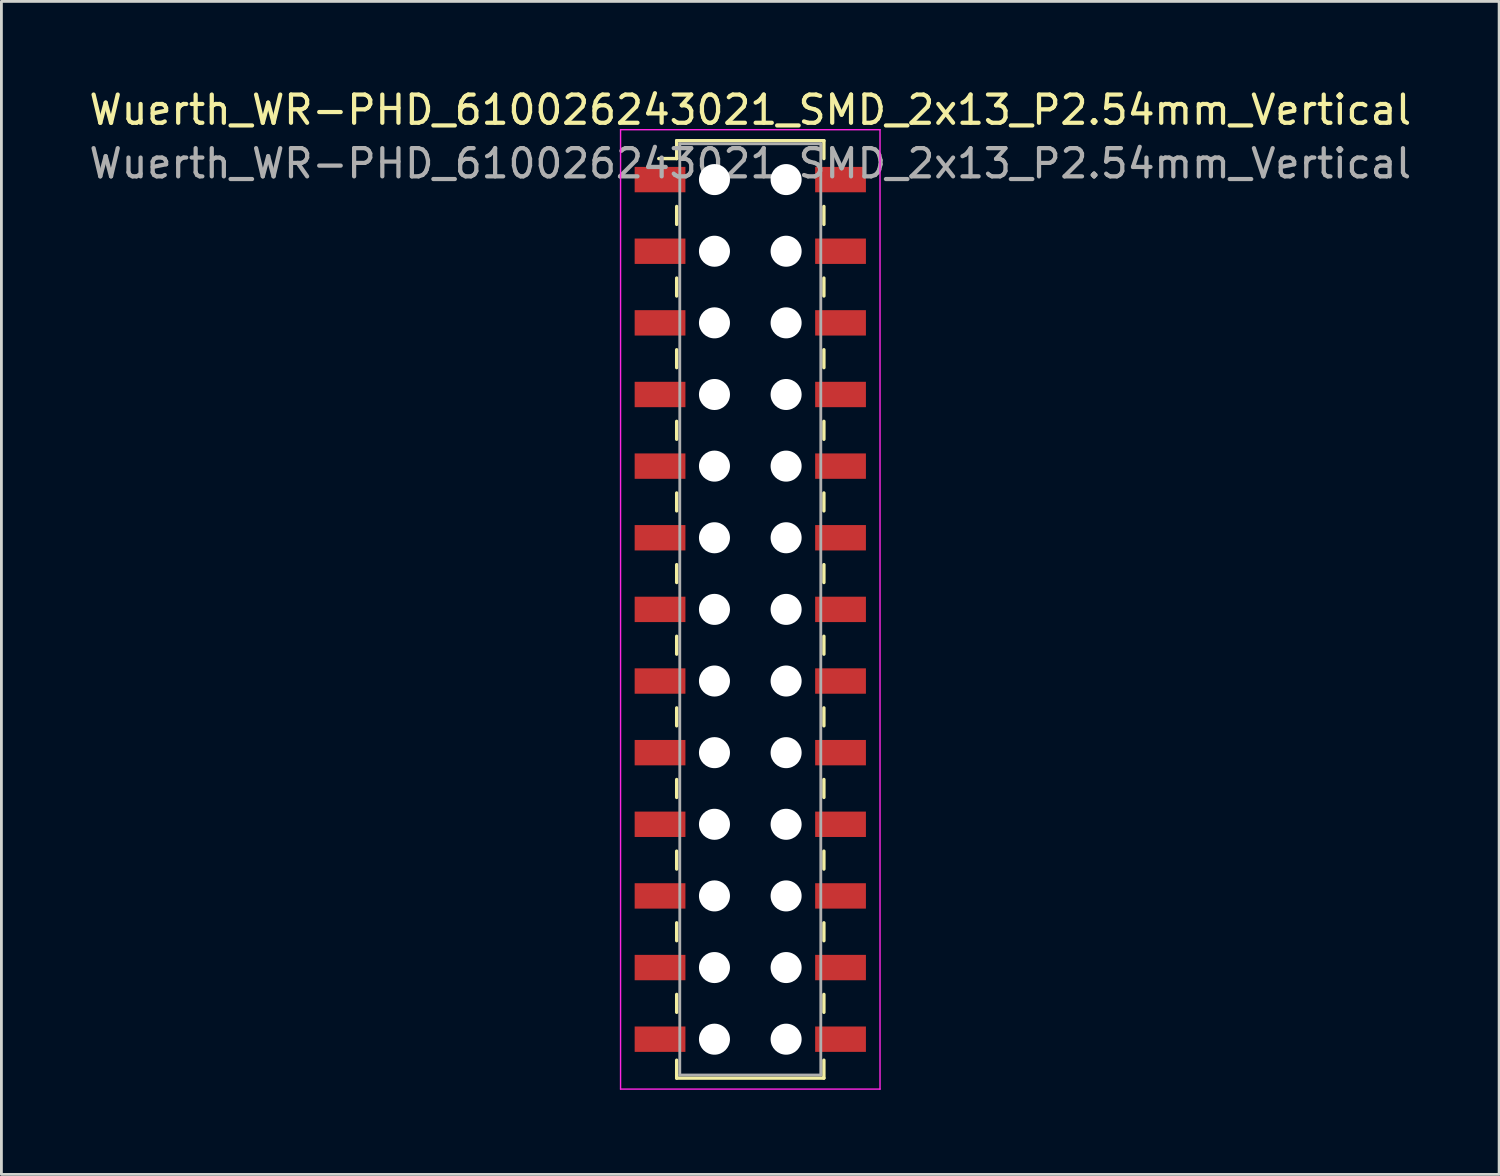
<source format=kicad_pcb>
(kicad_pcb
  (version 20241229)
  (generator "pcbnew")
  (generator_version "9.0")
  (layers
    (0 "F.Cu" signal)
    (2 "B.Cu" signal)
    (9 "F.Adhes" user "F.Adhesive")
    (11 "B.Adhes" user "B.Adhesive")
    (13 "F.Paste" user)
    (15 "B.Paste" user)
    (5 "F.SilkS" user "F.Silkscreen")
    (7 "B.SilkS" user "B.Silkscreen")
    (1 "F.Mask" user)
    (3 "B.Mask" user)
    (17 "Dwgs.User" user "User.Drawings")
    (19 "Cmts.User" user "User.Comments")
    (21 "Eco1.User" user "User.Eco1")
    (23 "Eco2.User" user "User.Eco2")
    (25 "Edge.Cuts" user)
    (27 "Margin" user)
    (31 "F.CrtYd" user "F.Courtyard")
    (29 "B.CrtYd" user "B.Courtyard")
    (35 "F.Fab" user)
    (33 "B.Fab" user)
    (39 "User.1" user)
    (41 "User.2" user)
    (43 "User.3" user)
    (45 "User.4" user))
  (footprint "Wuerth_WR-PHD_610026243021_SMD_2x13_P2.54mm_Vertical"
    (layer "F.Cu")
    (at 23.554 18.558)
    (property "Reference" "Wuerth_WR-PHD_610026243021_SMD_2x13_P2.54mm_Vertical" (at 0 -17.71 0) (layer "F.SilkS") (effects (font (size 1 1) (thickness 0.15))))
    (attr smd)
    (fp_line (start -2.61 -16.62) (end -2.61 -15.985) (stroke (width 0.12) (type solid)) (layer "F.SilkS"))
    (fp_line (start -2.61 -16.62) (end 2.61 -16.62) (stroke (width 0.12) (type solid)) (layer "F.SilkS"))
    (fp_line (start -2.61 -15.985) (end -3.245 -15.985) (stroke (width 0.12) (type solid)) (layer "F.SilkS"))
    (fp_line (start -2.61 -14.287) (end -2.61 -13.652) (stroke (width 0.12) (type solid)) (layer "F.SilkS"))
    (fp_line (start -2.61 -11.748) (end -2.61 -11.113) (stroke (width 0.12) (type solid)) (layer "F.SilkS"))
    (fp_line (start -2.61 -9.207) (end -2.61 -8.572) (stroke (width 0.12) (type solid)) (layer "F.SilkS"))
    (fp_line (start -2.61 -6.668) (end -2.61 -6.032) (stroke (width 0.12) (type solid)) (layer "F.SilkS"))
    (fp_line (start -2.61 -4.128) (end -2.61 -3.493) (stroke (width 0.12) (type solid)) (layer "F.SilkS"))
    (fp_line (start -2.61 -1.587) (end -2.61 -0.953) (stroke (width 0.12) (type solid)) (layer "F.SilkS"))
    (fp_line (start -2.61 0.953) (end -2.61 1.587) (stroke (width 0.12) (type solid)) (layer "F.SilkS"))
    (fp_line (start -2.61 3.493) (end -2.61 4.128) (stroke (width 0.12) (type solid)) (layer "F.SilkS"))
    (fp_line (start -2.61 6.032) (end -2.61 6.668) (stroke (width 0.12) (type solid)) (layer "F.SilkS"))
    (fp_line (start -2.61 8.572) (end -2.61 9.207) (stroke (width 0.12) (type solid)) (layer "F.SilkS"))
    (fp_line (start -2.61 11.113) (end -2.61 11.748) (stroke (width 0.12) (type solid)) (layer "F.SilkS"))
    (fp_line (start -2.61 13.652) (end -2.61 14.287) (stroke (width 0.12) (type solid)) (layer "F.SilkS"))
    (fp_line (start -2.61 16.62) (end -2.61 15.985) (stroke (width 0.12) (type solid)) (layer "F.SilkS"))
    (fp_line (start -2.61 16.62) (end 2.61 16.62) (stroke (width 0.12) (type solid)) (layer "F.SilkS"))
    (fp_line (start 2.61 -16.62) (end 2.61 -15.985) (stroke (width 0.12) (type solid)) (layer "F.SilkS"))
    (fp_line (start 2.61 -14.287) (end 2.61 -13.652) (stroke (width 0.12) (type solid)) (layer "F.SilkS"))
    (fp_line (start 2.61 -11.748) (end 2.61 -11.113) (stroke (width 0.12) (type solid)) (layer "F.SilkS"))
    (fp_line (start 2.61 -9.207) (end 2.61 -8.572) (stroke (width 0.12) (type solid)) (layer "F.SilkS"))
    (fp_line (start 2.61 -6.668) (end 2.61 -6.032) (stroke (width 0.12) (type solid)) (layer "F.SilkS"))
    (fp_line (start 2.61 -4.128) (end 2.61 -3.493) (stroke (width 0.12) (type solid)) (layer "F.SilkS"))
    (fp_line (start 2.61 -1.587) (end 2.61 -0.953) (stroke (width 0.12) (type solid)) (layer "F.SilkS"))
    (fp_line (start 2.61 0.953) (end 2.61 1.587) (stroke (width 0.12) (type solid)) (layer "F.SilkS"))
    (fp_line (start 2.61 3.493) (end 2.61 4.128) (stroke (width 0.12) (type solid)) (layer "F.SilkS"))
    (fp_line (start 2.61 6.032) (end 2.61 6.668) (stroke (width 0.12) (type solid)) (layer "F.SilkS"))
    (fp_line (start 2.61 8.572) (end 2.61 9.207) (stroke (width 0.12) (type solid)) (layer "F.SilkS"))
    (fp_line (start 2.61 11.113) (end 2.61 11.748) (stroke (width 0.12) (type solid)) (layer "F.SilkS"))
    (fp_line (start 2.61 13.652) (end 2.61 14.287) (stroke (width 0.12) (type solid)) (layer "F.SilkS"))
    (fp_line (start 2.61 16.62) (end 2.61 15.985) (stroke (width 0.12) (type solid)) (layer "F.SilkS"))
    (fp_line (start -4.6 -17.01) (end -4.6 17.01) (stroke (width 0.05) (type solid)) (layer "F.CrtYd"))
    (fp_line (start -4.6 17.01) (end 4.6 17.01) (stroke (width 0.05) (type solid)) (layer "F.CrtYd"))
    (fp_line (start 4.6 -17.01) (end -4.6 -17.01) (stroke (width 0.05) (type solid)) (layer "F.CrtYd"))
    (fp_line (start 4.6 17.01) (end 4.6 -17.01) (stroke (width 0.05) (type solid)) (layer "F.CrtYd"))
    (fp_line (start -2.5 -16.51) (end -2.5 16.51) (stroke (width 0.1) (type solid)) (layer "F.Fab"))
    (fp_line (start -2.5 16.51) (end 2.5 16.51) (stroke (width 0.1) (type solid)) (layer "F.Fab"))
    (fp_line (start 2.5 -16.51) (end -2.5 -16.51) (stroke (width 0.1) (type solid)) (layer "F.Fab"))
    (fp_line (start 2.5 16.51) (end 2.5 -16.51) (stroke (width 0.1) (type solid)) (layer "F.Fab"))
    (fp_text user "${REFERENCE}" (at 0 -15.81 0) (layer "F.Fab") (effects (font (size 1 1) (thickness 0.15))))
    (pad "" np_thru_hole circle (at -1.27 -15.24) (size 1.1 1.1) (drill 1.1) (layers "*.Cu" "*.Mask"))
    (pad "" np_thru_hole circle (at -1.27 -12.7) (size 1.1 1.1) (drill 1.1) (layers "*.Cu" "*.Mask"))
    (pad "" np_thru_hole circle (at -1.27 -10.16) (size 1.1 1.1) (drill 1.1) (layers "*.Cu" "*.Mask"))
    (pad "" np_thru_hole circle (at -1.27 -7.62) (size 1.1 1.1) (drill 1.1) (layers "*.Cu" "*.Mask"))
    (pad "" np_thru_hole circle (at -1.27 -5.08) (size 1.1 1.1) (drill 1.1) (layers "*.Cu" "*.Mask"))
    (pad "" np_thru_hole circle (at -1.27 -2.54) (size 1.1 1.1) (drill 1.1) (layers "*.Cu" "*.Mask"))
    (pad "" np_thru_hole circle (at -1.27 0) (size 1.1 1.1) (drill 1.1) (layers "*.Cu" "*.Mask"))
    (pad "" np_thru_hole circle (at -1.27 2.54) (size 1.1 1.1) (drill 1.1) (layers "*.Cu" "*.Mask"))
    (pad "" np_thru_hole circle (at -1.27 5.08) (size 1.1 1.1) (drill 1.1) (layers "*.Cu" "*.Mask"))
    (pad "" np_thru_hole circle (at -1.27 7.62) (size 1.1 1.1) (drill 1.1) (layers "*.Cu" "*.Mask"))
    (pad "" np_thru_hole circle (at -1.27 10.16) (size 1.1 1.1) (drill 1.1) (layers "*.Cu" "*.Mask"))
    (pad "" np_thru_hole circle (at -1.27 12.7) (size 1.1 1.1) (drill 1.1) (layers "*.Cu" "*.Mask"))
    (pad "" np_thru_hole circle (at -1.27 15.24) (size 1.1 1.1) (drill 1.1) (layers "*.Cu" "*.Mask"))
    (pad "" np_thru_hole circle (at 1.27 -15.24) (size 1.1 1.1) (drill 1.1) (layers "*.Cu" "*.Mask"))
    (pad "" np_thru_hole circle (at 1.27 -12.7) (size 1.1 1.1) (drill 1.1) (layers "*.Cu" "*.Mask"))
    (pad "" np_thru_hole circle (at 1.27 -10.16) (size 1.1 1.1) (drill 1.1) (layers "*.Cu" "*.Mask"))
    (pad "" np_thru_hole circle (at 1.27 -7.62) (size 1.1 1.1) (drill 1.1) (layers "*.Cu" "*.Mask"))
    (pad "" np_thru_hole circle (at 1.27 -5.08) (size 1.1 1.1) (drill 1.1) (layers "*.Cu" "*.Mask"))
    (pad "" np_thru_hole circle (at 1.27 -2.54) (size 1.1 1.1) (drill 1.1) (layers "*.Cu" "*.Mask"))
    (pad "" np_thru_hole circle (at 1.27 0) (size 1.1 1.1) (drill 1.1) (layers "*.Cu" "*.Mask"))
    (pad "" np_thru_hole circle (at 1.27 2.54) (size 1.1 1.1) (drill 1.1) (layers "*.Cu" "*.Mask"))
    (pad "" np_thru_hole circle (at 1.27 5.08) (size 1.1 1.1) (drill 1.1) (layers "*.Cu" "*.Mask"))
    (pad "" np_thru_hole circle (at 1.27 7.62) (size 1.1 1.1) (drill 1.1) (layers "*.Cu" "*.Mask"))
    (pad "" np_thru_hole circle (at 1.27 10.16) (size 1.1 1.1) (drill 1.1) (layers "*.Cu" "*.Mask"))
    (pad "" np_thru_hole circle (at 1.27 12.7) (size 1.1 1.1) (drill 1.1) (layers "*.Cu" "*.Mask"))
    (pad "" np_thru_hole circle (at 1.27 15.24) (size 1.1 1.1) (drill 1.1) (layers "*.Cu" "*.Mask"))
    (pad "1" smd rect (at -3.2 -15.24) (size 1.8 0.9) (layers "F.Cu" "F.Mask" "F.Paste"))
    (pad "2" smd rect (at 3.2 -15.24) (size 1.8 0.9) (layers "F.Cu" "F.Mask" "F.Paste"))
    (pad "3" smd rect (at -3.2 -12.7) (size 1.8 0.9) (layers "F.Cu" "F.Mask" "F.Paste"))
    (pad "4" smd rect (at 3.2 -12.7) (size 1.8 0.9) (layers "F.Cu" "F.Mask" "F.Paste"))
    (pad "5" smd rect (at -3.2 -10.16) (size 1.8 0.9) (layers "F.Cu" "F.Mask" "F.Paste"))
    (pad "6" smd rect (at 3.2 -10.16) (size 1.8 0.9) (layers "F.Cu" "F.Mask" "F.Paste"))
    (pad "7" smd rect (at -3.2 -7.62) (size 1.8 0.9) (layers "F.Cu" "F.Mask" "F.Paste"))
    (pad "8" smd rect (at 3.2 -7.62) (size 1.8 0.9) (layers "F.Cu" "F.Mask" "F.Paste"))
    (pad "9" smd rect (at -3.2 -5.08) (size 1.8 0.9) (layers "F.Cu" "F.Mask" "F.Paste"))
    (pad "10" smd rect (at 3.2 -5.08) (size 1.8 0.9) (layers "F.Cu" "F.Mask" "F.Paste"))
    (pad "11" smd rect (at -3.2 -2.54) (size 1.8 0.9) (layers "F.Cu" "F.Mask" "F.Paste"))
    (pad "12" smd rect (at 3.2 -2.54) (size 1.8 0.9) (layers "F.Cu" "F.Mask" "F.Paste"))
    (pad "13" smd rect (at -3.2 0) (size 1.8 0.9) (layers "F.Cu" "F.Mask" "F.Paste"))
    (pad "14" smd rect (at 3.2 0) (size 1.8 0.9) (layers "F.Cu" "F.Mask" "F.Paste"))
    (pad "15" smd rect (at -3.2 2.54) (size 1.8 0.9) (layers "F.Cu" "F.Mask" "F.Paste"))
    (pad "16" smd rect (at 3.2 2.54) (size 1.8 0.9) (layers "F.Cu" "F.Mask" "F.Paste"))
    (pad "17" smd rect (at -3.2 5.08) (size 1.8 0.9) (layers "F.Cu" "F.Mask" "F.Paste"))
    (pad "18" smd rect (at 3.2 5.08) (size 1.8 0.9) (layers "F.Cu" "F.Mask" "F.Paste"))
    (pad "19" smd rect (at -3.2 7.62) (size 1.8 0.9) (layers "F.Cu" "F.Mask" "F.Paste"))
    (pad "20" smd rect (at 3.2 7.62) (size 1.8 0.9) (layers "F.Cu" "F.Mask" "F.Paste"))
    (pad "21" smd rect (at -3.2 10.16) (size 1.8 0.9) (layers "F.Cu" "F.Mask" "F.Paste"))
    (pad "22" smd rect (at 3.2 10.16) (size 1.8 0.9) (layers "F.Cu" "F.Mask" "F.Paste"))
    (pad "23" smd rect (at -3.2 12.7) (size 1.8 0.9) (layers "F.Cu" "F.Mask" "F.Paste"))
    (pad "24" smd rect (at 3.2 12.7) (size 1.8 0.9) (layers "F.Cu" "F.Mask" "F.Paste"))
    (pad "25" smd rect (at -3.2 15.24) (size 1.8 0.9) (layers "F.Cu" "F.Mask" "F.Paste"))
    (pad "26" smd rect (at 3.2 15.24) (size 1.8 0.9) (layers "F.Cu" "F.Mask" "F.Paste")))
  (gr_rect
    (start -3 -3)
    (end 50.107 38.593)
    (stroke (width 0.1) (type default))
    (fill no)
    (layer "Edge.Cuts")))
</source>
